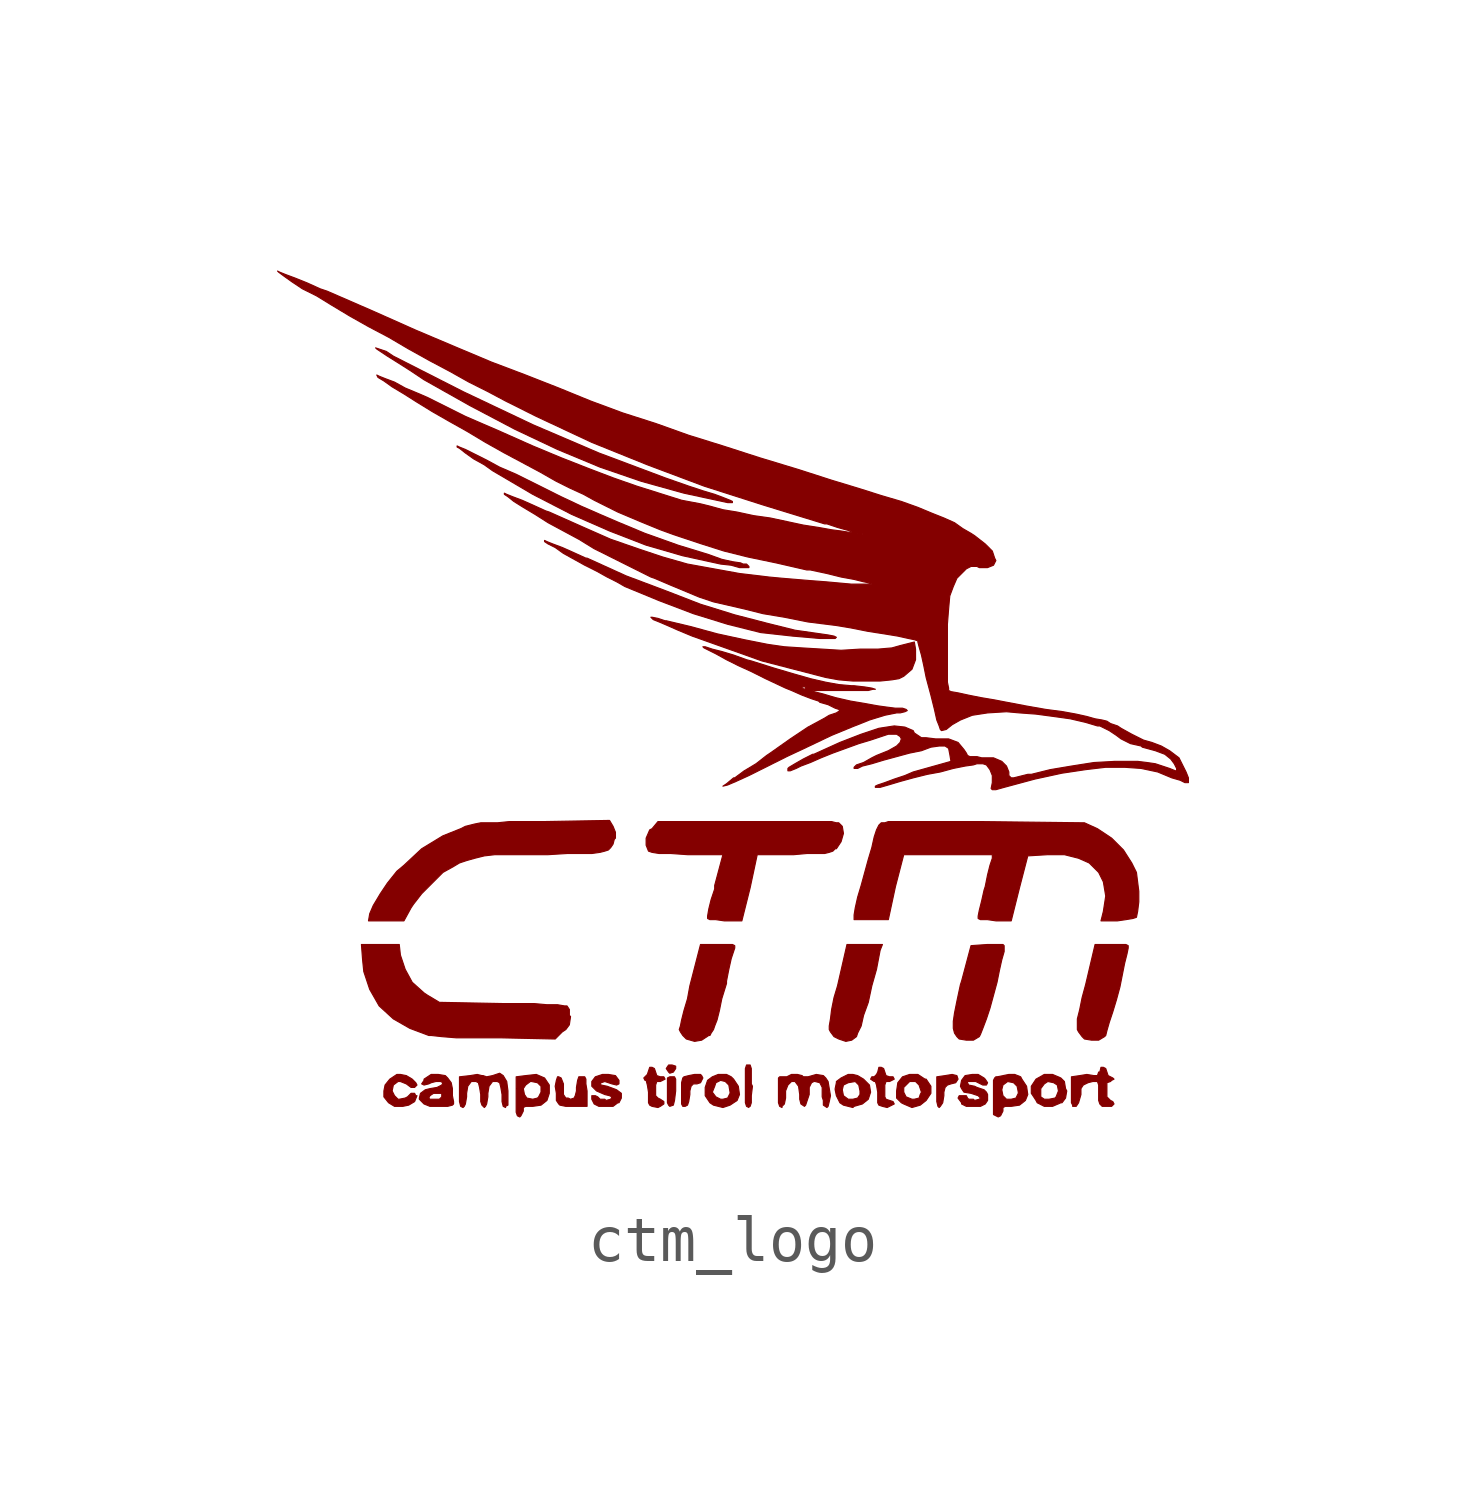
<source format=kicad_sym>
(kicad_symbol_lib
  (version 20231120)
  (generator "kicad_symbol_editor")
  (generator_version "8.0")
  (symbol "ctm_logo"
    (pin_names
      (offset 1.016))
    (property "Reference" "G"
      (at 0 -8.331 0)
      (effects (font (size 1.524 1.524)) (hide yes)))
    (symbol "ctm_logo_0_0"
      (polyline (pts (xy -1.295 -8.128) (xy -1.245 -8.052) (xy -1.245 -8.001) (xy -1.321 -7.976) (xy -1.397 -7.976) (xy -1.448 -8.052) (xy -1.397 -8.128) (xy -1.372 -8.153) (xy -1.295 -8.128)) (stroke (width 0.025) (type default)) (fill (type outline)))
      (polyline (pts (xy -1.295 -8.839) (xy -1.27 -8.738) (xy -1.245 -8.534) (xy -1.245 -8.28) (xy -1.27 -8.23) (xy -1.372 -8.23) (xy -1.422 -8.255) (xy -1.422 -8.788) (xy -1.397 -8.839) (xy -1.372 -8.865) (xy -1.295 -8.839)) (stroke (width 0.025) (type default)) (fill (type outline)))
      (polyline (pts (xy 0.33 -8.865) (xy 0.356 -8.865) (xy 0.381 -8.788) (xy 0.381 -8.636) (xy 0.406 -8.433) (xy 0.381 -8.382) (xy 0.381 -8.052) (xy 0.356 -7.976) (xy 0.279 -7.976) (xy 0.254 -8.052) (xy 0.254 -8.788) (xy 0.279 -8.865) (xy 0.33 -8.89) (xy 0.33 -8.865)) (stroke (width 0.025) (type default)) (fill (type outline)))
      (polyline (pts (xy 4.445 -8.865) (xy 4.496 -8.788) (xy 4.521 -8.636) (xy 4.521 -8.56) (xy 4.547 -8.458) (xy 4.597 -8.407) (xy 4.674 -8.382) (xy 4.775 -8.357) (xy 4.826 -8.28) (xy 4.801 -8.204) (xy 4.699 -8.179) (xy 4.547 -8.204) (xy 4.369 -8.23) (xy 4.369 -8.763) (xy 4.394 -8.865) (xy 4.42 -8.89) (xy 4.445 -8.865)) (stroke (width 0.025) (type default)) (fill (type outline)))
      (polyline (pts (xy -0.991 -8.839) (xy -0.965 -8.763) (xy -0.94 -8.611) (xy -0.94 -8.534) (xy -0.914 -8.433) (xy -0.864 -8.382) (xy -0.787 -8.382) (xy -0.711 -8.357) (xy -0.66 -8.255) (xy -0.686 -8.204) (xy -0.711 -8.179) (xy -0.838 -8.179) (xy -0.965 -8.204) (xy -1.067 -8.23) (xy -1.092 -8.255) (xy -1.118 -8.357) (xy -1.118 -8.814) (xy -1.092 -8.865) (xy -1.041 -8.865) (xy -0.991 -8.839)) (stroke (width 0.025) (type default)) (fill (type outline)))
      (polyline (pts (xy 2.54 -7.442) (xy 2.642 -7.366) (xy 2.667 -7.29) (xy 2.743 -7.137) (xy 2.794 -6.909) (xy 2.896 -6.629) (xy 2.972 -6.274) (xy 3.073 -5.918) (xy 3.15 -5.512) (xy 3.2 -5.385) (xy 2.438 -5.385) (xy 2.235 -6.274) (xy 2.159 -6.528) (xy 2.108 -6.782) (xy 2.083 -6.985) (xy 2.057 -7.137) (xy 2.057 -7.214) (xy 2.083 -7.264) (xy 2.159 -7.366) (xy 2.261 -7.417) (xy 2.413 -7.468) (xy 2.54 -7.442)) (stroke (width 0.025) (type default)) (fill (type outline)))
      (polyline (pts (xy 7.976 -7.366) (xy 8.001 -7.341) (xy 8.026 -7.239) (xy 8.077 -7.061) (xy 8.153 -6.833) (xy 8.23 -6.579) (xy 8.306 -6.299) (xy 8.407 -5.791) (xy 8.458 -5.588) (xy 8.484 -5.461) (xy 8.484 -5.41) (xy 8.433 -5.385) (xy 7.772 -5.385) (xy 7.569 -6.248) (xy 7.493 -6.528) (xy 7.442 -6.782) (xy 7.391 -6.985) (xy 7.391 -7.214) (xy 7.417 -7.264) (xy 7.493 -7.366) (xy 7.544 -7.417) (xy 7.696 -7.442) (xy 7.849 -7.442) (xy 7.976 -7.366)) (stroke (width 0.025) (type default)) (fill (type outline)))
      (polyline (pts (xy 5.283 -7.366) (xy 5.309 -7.315) (xy 5.359 -7.188) (xy 5.436 -6.985) (xy 5.512 -6.756) (xy 5.664 -6.198) (xy 5.715 -5.944) (xy 5.766 -5.715) (xy 5.817 -5.537) (xy 5.817 -5.41) (xy 5.791 -5.385) (xy 5.461 -5.385) (xy 5.105 -5.41) (xy 4.902 -6.172) (xy 4.877 -6.248) (xy 4.801 -6.604) (xy 4.75 -6.858) (xy 4.724 -7.036) (xy 4.724 -7.188) (xy 4.75 -7.29) (xy 4.801 -7.366) (xy 4.851 -7.417) (xy 5.004 -7.442) (xy 5.156 -7.442) (xy 5.283 -7.366)) (stroke (width 0.025) (type default)) (fill (type outline)))
      (polyline (pts (xy -3.15 -8.534) (xy -3.175 -8.382) (xy -3.175 -8.28) (xy -3.2 -8.23) (xy -3.327 -8.23) (xy -3.353 -8.306) (xy -3.378 -8.458) (xy -3.378 -8.534) (xy -3.404 -8.636) (xy -3.429 -8.687) (xy -3.505 -8.712) (xy -3.556 -8.687) (xy -3.607 -8.687) (xy -3.658 -8.611) (xy -3.658 -8.382) (xy -3.708 -8.255) (xy -3.759 -8.23) (xy -3.785 -8.23) (xy -3.81 -8.306) (xy -3.835 -8.433) (xy -3.81 -8.585) (xy -3.81 -8.738) (xy -3.759 -8.814) (xy -3.734 -8.839) (xy -3.607 -8.865) (xy -3.15 -8.865) (xy -3.15 -8.534)) (stroke (width 0.025) (type default)) (fill (type outline)))
      (polyline (pts (xy -1.575 -8.865) (xy -1.499 -8.814) (xy -1.499 -8.763) (xy -1.575 -8.712) (xy -1.626 -8.687) (xy -1.676 -8.636) (xy -1.676 -8.407) (xy -1.651 -8.331) (xy -1.575 -8.331) (xy -1.473 -8.28) (xy -1.499 -8.23) (xy -1.575 -8.23) (xy -1.651 -8.204) (xy -1.702 -8.052) (xy -1.753 -8.026) (xy -1.803 -8.026) (xy -1.854 -8.179) (xy -1.93 -8.255) (xy -1.905 -8.306) (xy -1.88 -8.306) (xy -1.854 -8.407) (xy -1.829 -8.56) (xy -1.829 -8.788) (xy -1.803 -8.839) (xy -1.753 -8.865) (xy -1.626 -8.89) (xy -1.575 -8.865)) (stroke (width 0.025) (type default)) (fill (type outline)))
      (polyline (pts (xy -0.025 4.14) (xy -0.076 4.166) (xy -0.203 4.216) (xy -0.406 4.293) (xy -0.66 4.369) (xy -0.965 4.47) (xy -1.473 4.648) (xy -2.896 5.182) (xy -4.318 5.791) (xy -5.817 6.502) (xy -7.315 7.264) (xy -7.468 7.366) (xy -7.696 7.442) (xy -7.671 7.417) (xy -7.442 7.264) (xy -7.239 7.137) (xy -6.96 6.96) (xy -6.655 6.756) (xy -5.664 6.198) (xy -4.699 5.69) (xy -3.785 5.258) (xy -2.87 4.877) (xy -1.981 4.572) (xy -1.067 4.318) (xy -0.127 4.115) (xy -0.025 4.115) (xy -0.025 4.14)) (stroke (width 0.025) (type default)) (fill (type outline)))
      (polyline (pts (xy -0.686 -7.442) (xy -0.533 -7.341) (xy -0.508 -7.341) (xy -0.483 -7.29) (xy -0.432 -7.214) (xy -0.406 -7.137) (xy -0.356 -7.01) (xy -0.305 -6.807) (xy -0.254 -6.553) (xy -0.152 -6.223) (xy -0.152 -6.172) (xy -0.102 -5.918) (xy -0.051 -5.69) (xy 0.025 -5.461) (xy 0.025 -5.41) (xy -0.025 -5.385) (xy -0.711 -5.385) (xy -0.94 -6.274) (xy -0.991 -6.553) (xy -1.067 -6.807) (xy -1.118 -7.01) (xy -1.143 -7.137) (xy -1.168 -7.214) (xy -1.143 -7.264) (xy -1.092 -7.341) (xy -1.016 -7.417) (xy -0.838 -7.468) (xy -0.686 -7.442)) (stroke (width 0.025) (type default)) (fill (type outline)))
      (polyline (pts (xy 3.454 -8.814) (xy 3.429 -8.763) (xy 3.277 -8.712) (xy 3.251 -8.661) (xy 3.251 -8.407) (xy 3.277 -8.331) (xy 3.353 -8.331) (xy 3.454 -8.28) (xy 3.429 -8.23) (xy 3.353 -8.23) (xy 3.277 -8.204) (xy 3.226 -8.052) (xy 3.175 -8.026) (xy 3.124 -8.026) (xy 3.099 -8.128) (xy 3.073 -8.179) (xy 3.023 -8.23) (xy 2.972 -8.23) (xy 2.946 -8.28) (xy 3.023 -8.331) (xy 3.048 -8.331) (xy 3.073 -8.407) (xy 3.099 -8.56) (xy 3.099 -8.788) (xy 3.124 -8.839) (xy 3.2 -8.865) (xy 3.302 -8.89) (xy 3.454 -8.814)) (stroke (width 0.025) (type default)) (fill (type outline)))
      (polyline (pts (xy 4.013 -8.839) (xy 4.14 -8.738) (xy 4.242 -8.585) (xy 4.242 -8.433) (xy 4.14 -8.28) (xy 4.115 -8.28) (xy 3.962 -8.179) (xy 3.785 -8.179) (xy 3.632 -8.23) (xy 3.531 -8.357) (xy 3.505 -8.534) (xy 3.505 -8.56) (xy 3.658 -8.56) (xy 3.658 -8.458) (xy 3.785 -8.331) (xy 3.912 -8.331) (xy 3.988 -8.407) (xy 4.039 -8.56) (xy 4.013 -8.611) (xy 3.988 -8.687) (xy 3.886 -8.712) (xy 3.835 -8.712) (xy 3.708 -8.661) (xy 3.658 -8.56) (xy 3.505 -8.56) (xy 3.505 -8.687) (xy 3.607 -8.788) (xy 3.658 -8.814) (xy 3.835 -8.89) (xy 4.013 -8.839)) (stroke (width 0.025) (type default)) (fill (type outline)))
      (polyline (pts (xy -0.076 -8.839) (xy 0.076 -8.738) (xy 0.127 -8.611) (xy 0.102 -8.433) (xy 0 -8.28) (xy -0.051 -8.23) (xy -0.152 -8.179) (xy -0.33 -8.179) (xy -0.457 -8.23) (xy -0.559 -8.306) (xy -0.61 -8.458) (xy -0.61 -8.56) (xy -0.457 -8.56) (xy -0.406 -8.433) (xy -0.381 -8.357) (xy -0.279 -8.306) (xy -0.178 -8.331) (xy -0.102 -8.407) (xy -0.076 -8.56) (xy -0.076 -8.585) (xy -0.127 -8.687) (xy -0.229 -8.712) (xy -0.279 -8.712) (xy -0.381 -8.661) (xy -0.457 -8.56) (xy -0.61 -8.56) (xy -0.61 -8.636) (xy -0.508 -8.788) (xy -0.432 -8.839) (xy -0.229 -8.89) (xy -0.076 -8.839)) (stroke (width 0.025) (type default)) (fill (type outline)))
      (polyline (pts (xy 7.036 -8.788) (xy 7.061 -8.788) (xy 7.137 -8.687) (xy 7.163 -8.534) (xy 7.137 -8.484) (xy 7.112 -8.331) (xy 7.036 -8.255) (xy 6.858 -8.179) (xy 6.68 -8.179) (xy 6.502 -8.28) (xy 6.401 -8.433) (xy 6.401 -8.585) (xy 6.452 -8.661) (xy 6.604 -8.661) (xy 6.604 -8.484) (xy 6.68 -8.382) (xy 6.756 -8.331) (xy 6.883 -8.357) (xy 6.96 -8.407) (xy 6.985 -8.534) (xy 6.934 -8.661) (xy 6.909 -8.687) (xy 6.782 -8.712) (xy 6.68 -8.712) (xy 6.604 -8.661) (xy 6.452 -8.661) (xy 6.502 -8.738) (xy 6.528 -8.788) (xy 6.68 -8.865) (xy 6.858 -8.865) (xy 7.036 -8.788)) (stroke (width 0.025) (type default)) (fill (type outline)))
      (polyline (pts (xy -6.985 -8.839) (xy -6.858 -8.763) (xy -6.807 -8.636) (xy -6.833 -8.636) (xy -6.858 -8.585) (xy -6.934 -8.585) (xy -7.01 -8.661) (xy -7.061 -8.687) (xy -7.188 -8.712) (xy -7.214 -8.712) (xy -7.29 -8.636) (xy -7.341 -8.534) (xy -7.315 -8.407) (xy -7.214 -8.331) (xy -7.163 -8.331) (xy -7.036 -8.382) (xy -6.934 -8.458) (xy -6.858 -8.458) (xy -6.807 -8.407) (xy -6.833 -8.357) (xy -6.909 -8.28) (xy -7.036 -8.204) (xy -7.163 -8.179) (xy -7.239 -8.179) (xy -7.391 -8.28) (xy -7.493 -8.407) (xy -7.518 -8.534) (xy -7.518 -8.661) (xy -7.417 -8.788) (xy -7.29 -8.865) (xy -7.112 -8.865) (xy -6.985 -8.839)) (stroke (width 0.025) (type default)) (fill (type outline)))
      (polyline (pts (xy -4.572 -9.068) (xy -4.521 -8.966) (xy -4.521 -8.89) (xy -4.47 -8.865) (xy -4.318 -8.865) (xy -4.14 -8.839) (xy -4.013 -8.738) (xy -3.962 -8.585) (xy -3.962 -8.407) (xy -4.064 -8.255) (xy -4.242 -8.179) (xy -4.47 -8.204) (xy -4.674 -8.23) (xy -4.674 -8.484) (xy -4.521 -8.484) (xy -4.47 -8.407) (xy -4.369 -8.331) (xy -4.343 -8.331) (xy -4.216 -8.357) (xy -4.14 -8.433) (xy -4.14 -8.56) (xy -4.191 -8.661) (xy -4.216 -8.687) (xy -4.318 -8.712) (xy -4.445 -8.687) (xy -4.496 -8.611) (xy -4.521 -8.484) (xy -4.674 -8.484) (xy -4.674 -8.992) (xy -4.648 -9.068) (xy -4.597 -9.093) (xy -4.572 -9.068)) (stroke (width 0.025) (type default)) (fill (type outline)))
      (polyline (pts (xy 2.591 -8.865) (xy 2.769 -8.814) (xy 2.896 -8.712) (xy 2.946 -8.56) (xy 2.921 -8.407) (xy 2.794 -8.28) (xy 2.667 -8.204) (xy 2.565 -8.179) (xy 2.464 -8.179) (xy 2.311 -8.255) (xy 2.21 -8.331) (xy 2.21 -8.357) (xy 2.184 -8.484) (xy 2.184 -8.509) (xy 2.337 -8.509) (xy 2.362 -8.407) (xy 2.464 -8.357) (xy 2.616 -8.331) (xy 2.692 -8.407) (xy 2.718 -8.534) (xy 2.718 -8.611) (xy 2.667 -8.687) (xy 2.565 -8.712) (xy 2.464 -8.712) (xy 2.362 -8.636) (xy 2.337 -8.509) (xy 2.184 -8.509) (xy 2.21 -8.636) (xy 2.286 -8.788) (xy 2.362 -8.839) (xy 2.565 -8.89) (xy 2.591 -8.865)) (stroke (width 0.025) (type default)) (fill (type outline)))
      (polyline (pts (xy -3.683 -7.264) (xy -3.607 -7.214) (xy -3.531 -7.112) (xy -3.505 -6.934) (xy -3.531 -6.909) (xy -3.531 -6.782) (xy -3.581 -6.706) (xy -3.632 -6.706) (xy -3.785 -6.68) (xy -4.013 -6.68) (xy -4.293 -6.655) (xy -4.978 -6.655) (xy -6.325 -6.629) (xy -6.579 -6.477) (xy -6.655 -6.426) (xy -6.909 -6.198) (xy -7.061 -5.918) (xy -7.163 -5.613) (xy -7.188 -5.385) (xy -8.001 -5.385) (xy -7.976 -5.715) (xy -7.95 -5.969) (xy -7.823 -6.35) (xy -7.62 -6.706) (xy -7.315 -6.985) (xy -6.96 -7.188) (xy -6.553 -7.341) (xy -6.502 -7.341) (xy -6.274 -7.366) (xy -5.969 -7.391) (xy -5.029 -7.391) (xy -3.835 -7.417) (xy -3.683 -7.264)) (stroke (width 0.025) (type default)) (fill (type outline)))
      (polyline (pts (xy 2.21 1.219) (xy 2.159 1.245) (xy 2.032 1.27) (xy 1.321 1.372) (xy 0.711 1.524) (xy 0.025 1.702) (xy -0.711 1.93) (xy -1.499 2.235) (xy -2.311 2.54) (xy -3.15 2.921) (xy -3.175 2.921) (xy -3.454 3.048) (xy -3.683 3.15) (xy -3.886 3.226) (xy -4.013 3.277) (xy -4.064 3.302) (xy -4.064 3.277) (xy -3.988 3.226) (xy -3.835 3.15) (xy -3.658 3.023) (xy -3.2 2.769) (xy -2.946 2.642) (xy -2.718 2.515) (xy -2.515 2.413) (xy -2.337 2.311) (xy -1.6 2.007) (xy -0.864 1.727) (xy -0.127 1.499) (xy 0.584 1.321) (xy 1.27 1.245) (xy 1.575 1.219) (xy 1.854 1.194) (xy 2.184 1.194) (xy 2.21 1.219)) (stroke (width 0.025) (type default)) (fill (type outline)))
      (polyline (pts (xy 5.74 -9.068) (xy 5.791 -8.966) (xy 5.791 -8.89) (xy 5.842 -8.865) (xy 5.969 -8.865) (xy 6.147 -8.839) (xy 6.274 -8.738) (xy 6.325 -8.611) (xy 6.299 -8.433) (xy 6.198 -8.28) (xy 6.172 -8.23) (xy 6.045 -8.179) (xy 5.918 -8.179) (xy 5.664 -8.23) (xy 5.639 -8.23) (xy 5.613 -8.255) (xy 5.588 -8.306) (xy 5.588 -8.509) (xy 5.766 -8.509) (xy 5.791 -8.407) (xy 5.893 -8.331) (xy 6.02 -8.357) (xy 6.096 -8.433) (xy 6.121 -8.56) (xy 6.121 -8.585) (xy 6.071 -8.687) (xy 5.969 -8.712) (xy 5.867 -8.712) (xy 5.791 -8.636) (xy 5.766 -8.509) (xy 5.588 -8.509) (xy 5.588 -9.042) (xy 5.69 -9.093) (xy 5.74 -9.068)) (stroke (width 0.025) (type default)) (fill (type outline)))
      (polyline (pts (xy 0.33 2.743) (xy 0.279 2.794) (xy 0.203 2.794) (xy 0.152 2.819) (xy -0.025 2.845) (xy -0.254 2.896) (xy -0.533 2.997) (xy -1.194 3.2) (xy -1.905 3.454) (xy -2.515 3.708) (xy -2.87 3.861) (xy -3.277 4.039) (xy -3.708 4.242) (xy -4.674 4.724) (xy -5.029 4.877) (xy -5.309 5.029) (xy -5.766 5.258) (xy -5.893 5.309) (xy -5.944 5.334) (xy -5.944 5.309) (xy -5.893 5.283) (xy -5.766 5.182) (xy -5.588 5.055) (xy -5.359 4.928) (xy -5.182 4.801) (xy -4.318 4.293) (xy -3.48 3.861) (xy -2.667 3.505) (xy -1.88 3.2) (xy -1.092 2.972) (xy -0.279 2.794) (xy -0.051 2.769) (xy 0.127 2.718) (xy 0.33 2.718) (xy 0.33 2.743)) (stroke (width 0.025) (type default)) (fill (type outline)))
      (polyline (pts (xy -2.489 -8.788) (xy -2.464 -8.788) (xy -2.413 -8.687) (xy -2.413 -8.585) (xy -2.515 -8.509) (xy -2.718 -8.433) (xy -2.845 -8.407) (xy -2.87 -8.382) (xy -2.845 -8.357) (xy -2.769 -8.331) (xy -2.616 -8.382) (xy -2.515 -8.407) (xy -2.464 -8.382) (xy -2.464 -8.306) (xy -2.54 -8.204) (xy -2.692 -8.179) (xy -2.819 -8.179) (xy -2.972 -8.23) (xy -3.048 -8.331) (xy -3.048 -8.433) (xy -2.946 -8.534) (xy -2.769 -8.611) (xy -2.667 -8.636) (xy -2.616 -8.661) (xy -2.642 -8.712) (xy -2.743 -8.738) (xy -2.769 -8.712) (xy -2.87 -8.712) (xy -2.921 -8.661) (xy -2.972 -8.636) (xy -3.048 -8.636) (xy -3.048 -8.712) (xy -2.997 -8.814) (xy -2.896 -8.865) (xy -2.591 -8.865) (xy -2.489 -8.788)) (stroke (width 0.025) (type default)) (fill (type outline)))
      (polyline (pts (xy 3.404 0.305) (xy 3.556 0.33) (xy 3.658 0.381) (xy 3.835 0.533) (xy 3.912 0.737) (xy 3.912 0.965) (xy 3.886 1.118) (xy 3.581 1.041) (xy 3.404 0.991) (xy 3.099 0.965) (xy 2.718 0.965) (xy 2.311 0.94) (xy 1.905 0.965) (xy 1.473 0.991) (xy 1.092 1.016) (xy 0.737 1.067) (xy 0.229 1.168) (xy -0.356 1.295) (xy -0.914 1.448) (xy -1.448 1.575) (xy -1.473 1.575) (xy -1.626 1.626) (xy -1.753 1.651) (xy -1.778 1.651) (xy -1.727 1.6) (xy -1.6 1.549) (xy -1.422 1.473) (xy -1.194 1.372) (xy -0.889 1.245) (xy -0.102 0.965) (xy 0.61 0.711) (xy 1.981 0.356) (xy 2.261 0.305) (xy 2.565 0.279) (xy 3.15 0.279) (xy 3.404 0.305)) (stroke (width 0.025) (type default)) (fill (type outline)))
      (polyline (pts (xy 0.356 -4.166) (xy 0.508 -3.454) (xy 1.295 -3.454) (xy 1.575 -3.429) (xy 1.956 -3.429) (xy 2.057 -3.404) (xy 2.134 -3.378) (xy 2.184 -3.327) (xy 2.21 -3.327) (xy 2.311 -3.175) (xy 2.362 -2.997) (xy 2.337 -2.845) (xy 2.261 -2.769) (xy 2.21 -2.769) (xy 2.108 -2.743) (xy -1.626 -2.743) (xy -1.753 -2.896) (xy -1.803 -2.921) (xy -1.88 -3.099) (xy -1.88 -3.251) (xy -1.829 -3.378) (xy -1.753 -3.404) (xy -1.6 -3.429) (xy -1.346 -3.429) (xy -0.991 -3.454) (xy -0.229 -3.454) (xy -0.406 -4.115) (xy -0.406 -4.191) (xy -0.483 -4.42) (xy -0.533 -4.623) (xy -0.559 -4.775) (xy -0.559 -4.826) (xy -0.508 -4.851) (xy -0.381 -4.851) (xy -0.203 -4.877) (xy 0.178 -4.877) (xy 0.356 -4.166)) (stroke (width 0.025) (type default)) (fill (type outline)))
      (polyline (pts (xy 7.417 -8.788) (xy 7.468 -8.611) (xy 7.468 -8.484) (xy 7.518 -8.407) (xy 7.62 -8.357) (xy 7.722 -8.331) (xy 7.823 -8.331) (xy 7.849 -8.407) (xy 7.849 -8.738) (xy 7.874 -8.814) (xy 7.925 -8.865) (xy 8.128 -8.865) (xy 8.179 -8.814) (xy 8.153 -8.763) (xy 8.103 -8.738) (xy 8.026 -8.661) (xy 8.026 -8.357) (xy 8.103 -8.331) (xy 8.128 -8.306) (xy 8.179 -8.28) (xy 8.153 -8.255) (xy 8.052 -8.204) (xy 8.001 -8.052) (xy 7.95 -8.026) (xy 7.899 -8.026) (xy 7.874 -8.128) (xy 7.849 -8.128) (xy 7.823 -8.204) (xy 7.747 -8.204) (xy 7.595 -8.179) (xy 7.442 -8.204) (xy 7.264 -8.23) (xy 7.264 -8.788) (xy 7.29 -8.839) (xy 7.29 -8.865) (xy 7.366 -8.865) (xy 7.417 -8.788)) (stroke (width 0.025) (type default)) (fill (type outline)))
      (polyline (pts (xy -6.045 -8.839) (xy -6.02 -8.814) (xy -6.02 -8.763) (xy -6.045 -8.636) (xy -6.045 -8.484) (xy -6.071 -8.357) (xy -6.147 -8.255) (xy -6.198 -8.204) (xy -6.35 -8.179) (xy -6.502 -8.179) (xy -6.655 -8.28) (xy -6.655 -8.306) (xy -6.706 -8.382) (xy -6.655 -8.407) (xy -6.553 -8.382) (xy -6.502 -8.357) (xy -6.401 -8.331) (xy -6.299 -8.331) (xy -6.248 -8.357) (xy -6.274 -8.407) (xy -6.375 -8.458) (xy -6.528 -8.484) (xy -6.629 -8.509) (xy -6.731 -8.585) (xy -6.756 -8.687) (xy -6.553 -8.687) (xy -6.528 -8.636) (xy -6.452 -8.585) (xy -6.274 -8.585) (xy -6.274 -8.661) (xy -6.325 -8.712) (xy -6.528 -8.712) (xy -6.553 -8.687) (xy -6.756 -8.687) (xy -6.756 -8.712) (xy -6.655 -8.814) (xy -6.528 -8.865) (xy -6.147 -8.865) (xy -6.045 -8.839)) (stroke (width 0.025) (type default)) (fill (type outline)))
      (polyline (pts (xy 5.41 -8.814) (xy 5.461 -8.738) (xy 5.461 -8.611) (xy 5.436 -8.56) (xy 5.385 -8.509) (xy 5.232 -8.458) (xy 5.182 -8.433) (xy 5.055 -8.407) (xy 5.029 -8.357) (xy 5.029 -8.331) (xy 5.207 -8.331) (xy 5.359 -8.407) (xy 5.436 -8.407) (xy 5.461 -8.357) (xy 5.41 -8.28) (xy 5.385 -8.255) (xy 5.258 -8.179) (xy 5.131 -8.179) (xy 4.978 -8.204) (xy 4.902 -8.306) (xy 4.877 -8.433) (xy 4.902 -8.484) (xy 4.953 -8.56) (xy 5.105 -8.585) (xy 5.258 -8.636) (xy 5.309 -8.687) (xy 5.283 -8.712) (xy 5.182 -8.738) (xy 5.156 -8.712) (xy 5.055 -8.712) (xy 5.029 -8.687) (xy 5.004 -8.636) (xy 4.851 -8.636) (xy 4.826 -8.687) (xy 4.902 -8.788) (xy 4.902 -8.814) (xy 5.004 -8.865) (xy 5.309 -8.865) (xy 5.41 -8.814)) (stroke (width 0.025) (type default)) (fill (type outline)))
      (polyline (pts (xy -6.934 -4.597) (xy -6.883 -4.521) (xy -6.706 -4.293) (xy -6.248 -3.835) (xy -6.02 -3.708) (xy -5.893 -3.632) (xy -5.74 -3.581) (xy -5.563 -3.531) (xy -5.359 -3.48) (xy -5.131 -3.454) (xy -3.988 -3.454) (xy -3.581 -3.429) (xy -3.048 -3.429) (xy -2.87 -3.404) (xy -2.769 -3.378) (xy -2.692 -3.353) (xy -2.642 -3.302) (xy -2.591 -3.226) (xy -2.565 -3.124) (xy -2.54 -3.099) (xy -2.54 -2.972) (xy -2.591 -2.845) (xy -2.667 -2.718) (xy -4.089 -2.743) (xy -4.826 -2.743) (xy -5.08 -2.769) (xy -5.436 -2.769) (xy -5.563 -2.794) (xy -5.766 -2.845) (xy -5.867 -2.896) (xy -6.248 -3.048) (xy -6.706 -3.327) (xy -7.087 -3.683) (xy -7.239 -3.81) (xy -7.442 -4.064) (xy -7.595 -4.293) (xy -7.747 -4.547) (xy -7.823 -4.724) (xy -7.849 -4.877) (xy -7.087 -4.877) (xy -6.934 -4.597)) (stroke (width 0.025) (type default)) (fill (type outline)))
      (polyline (pts (xy -4.902 -8.865) (xy -4.851 -8.839) (xy -4.851 -8.534) (xy -4.877 -8.331) (xy -4.953 -8.204) (xy -5.029 -8.153) (xy -5.182 -8.204) (xy -5.309 -8.23) (xy -5.385 -8.204) (xy -5.41 -8.204) (xy -5.512 -8.179) (xy -5.664 -8.204) (xy -5.893 -8.23) (xy -5.893 -8.763) (xy -5.867 -8.865) (xy -5.817 -8.89) (xy -5.791 -8.865) (xy -5.766 -8.814) (xy -5.74 -8.661) (xy -5.74 -8.585) (xy -5.715 -8.433) (xy -5.639 -8.331) (xy -5.537 -8.331) (xy -5.486 -8.357) (xy -5.461 -8.458) (xy -5.436 -8.611) (xy -5.436 -8.763) (xy -5.41 -8.839) (xy -5.359 -8.89) (xy -5.334 -8.865) (xy -5.309 -8.814) (xy -5.283 -8.661) (xy -5.283 -8.585) (xy -5.258 -8.433) (xy -5.182 -8.331) (xy -5.08 -8.331) (xy -5.029 -8.357) (xy -5.004 -8.458) (xy -4.978 -8.611) (xy -4.978 -8.763) (xy -4.953 -8.865) (xy -4.902 -8.89) (xy -4.902 -8.865)) (stroke (width 0.025) (type default)) (fill (type outline)))
      (polyline (pts (xy 2.032 -8.865) (xy 2.057 -8.763) (xy 2.083 -8.636) (xy 2.032 -8.331) (xy 1.981 -8.255) (xy 1.93 -8.204) (xy 1.778 -8.179) (xy 1.6 -8.23) (xy 1.499 -8.23) (xy 1.473 -8.204) (xy 1.372 -8.179) (xy 1.245 -8.179) (xy 1.143 -8.23) (xy 0.991 -8.23) (xy 0.965 -8.255) (xy 0.965 -8.788) (xy 0.991 -8.865) (xy 1.041 -8.89) (xy 1.041 -8.865) (xy 1.092 -8.814) (xy 1.118 -8.687) (xy 1.118 -8.534) (xy 1.168 -8.407) (xy 1.245 -8.331) (xy 1.321 -8.331) (xy 1.397 -8.433) (xy 1.422 -8.611) (xy 1.422 -8.712) (xy 1.448 -8.814) (xy 1.524 -8.865) (xy 1.549 -8.839) (xy 1.626 -8.611) (xy 1.626 -8.458) (xy 1.676 -8.357) (xy 1.727 -8.331) (xy 1.753 -8.331) (xy 1.854 -8.357) (xy 1.905 -8.458) (xy 1.905 -8.661) (xy 1.93 -8.738) (xy 1.93 -8.839) (xy 2.007 -8.89) (xy 2.032 -8.865)) (stroke (width 0.025) (type default)) (fill (type outline)))
      (polyline (pts (xy 6.147 -4.166) (xy 6.325 -3.48) (xy 6.756 -3.454) (xy 7.112 -3.454) (xy 7.417 -3.531) (xy 7.645 -3.632) (xy 7.849 -3.835) (xy 7.95 -4.039) (xy 8.001 -4.343) (xy 7.95 -4.674) (xy 7.899 -4.877) (xy 8.255 -4.877) (xy 8.433 -4.851) (xy 8.585 -4.826) (xy 8.661 -4.801) (xy 8.687 -4.674) (xy 8.712 -4.47) (xy 8.712 -4.242) (xy 8.661 -3.835) (xy 8.56 -3.632) (xy 8.382 -3.353) (xy 8.128 -3.099) (xy 7.823 -2.896) (xy 7.544 -2.769) (xy 5.359 -2.743) (xy 3.327 -2.743) (xy 3.251 -2.769) (xy 3.175 -2.769) (xy 3.124 -2.819) (xy 3.073 -2.921) (xy 3.023 -3.073) (xy 2.972 -3.302) (xy 2.896 -3.556) (xy 2.743 -4.115) (xy 2.667 -4.369) (xy 2.616 -4.597) (xy 2.591 -4.75) (xy 2.591 -4.851) (xy 3.327 -4.851) (xy 3.48 -4.14) (xy 3.658 -3.454) (xy 5.563 -3.454) (xy 5.563 -3.531) (xy 5.512 -3.683) (xy 5.461 -3.886) (xy 5.41 -4.14) (xy 5.385 -4.216) (xy 5.334 -4.445) (xy 5.283 -4.648) (xy 5.258 -4.775) (xy 5.258 -4.826) (xy 5.309 -4.851) (xy 5.461 -4.851) (xy 5.639 -4.877) (xy 5.969 -4.877) (xy 6.147 -4.166)) (stroke (width 0.025) (type default)) (fill (type outline)))
      (polyline (pts (xy -0.127 -1.956) (xy 0.051 -1.88) (xy 0.33 -1.753) (xy 1.143 -1.346) (xy 1.575 -1.143) (xy 2.108 -0.889) (xy 2.54 -0.711) (xy 2.921 -0.559) (xy 3.251 -0.457) (xy 3.505 -0.406) (xy 3.581 -0.406) (xy 3.683 -0.381) (xy 3.734 -0.356) (xy 3.708 -0.33) (xy 3.632 -0.305) (xy 3.48 -0.305) (xy 3.277 -0.279) (xy 3.099 -0.254) (xy 2.819 -0.203) (xy 2.515 -0.152) (xy 2.184 -0.076) (xy 1.93 0) (xy 1.727 0.051) (xy 1.702 0.051) (xy 1.727 0.076) (xy 2.896 0.076) (xy 2.997 0.102) (xy 3.048 0.102) (xy 2.972 0.127) (xy 2.819 0.152) (xy 2.591 0.178) (xy 2.54 0.178) (xy 2.261 0.203) (xy 1.981 0.254) (xy 1.651 0.33) (xy 1.295 0.432) (xy 0.864 0.559) (xy 0.381 0.711) (xy 0.279 0.737) (xy 0 0.838) (xy -0.254 0.914) (xy -0.457 0.965) (xy -0.61 1.016) (xy -0.66 1.016) (xy -0.635 0.991) (xy -0.381 0.864) (xy -0.152 0.737) (xy 0.102 0.61) (xy 0.381 0.483) (xy 0.686 0.33) (xy 1.118 0.127) (xy 1.473 0.127) (xy 1.473 0.152) (xy 1.549 0.152) (xy 1.549 0.127) (xy 1.524 0.102) (xy 1.473 0.127) (xy 1.118 0.127) (xy 1.245 0.076) (xy 1.473 -0.025) (xy 1.676 -0.102) (xy 1.829 -0.152) (xy 1.854 -0.178) (xy 2.032 -0.229) (xy 2.184 -0.305) (xy 2.261 -0.33) (xy 2.286 -0.356) (xy 2.21 -0.406) (xy 2.057 -0.457) (xy 1.93 -0.533) (xy 1.6 -0.711) (xy 1.219 -0.965) (xy 0.787 -1.27) (xy 0.711 -1.321) (xy 0.483 -1.499) (xy 0.229 -1.651) (xy 0.025 -1.803) (xy 0 -1.803) (xy -0.152 -1.93) (xy -0.229 -1.981) (xy -0.127 -1.956)) (stroke (width 0.025) (type default)) (fill (type outline)))
      (polyline (pts (xy 5.817 -2.007) (xy 6.477 -1.829) (xy 7.061 -1.702) (xy 7.569 -1.626) (xy 8.001 -1.575) (xy 8.407 -1.575) (xy 8.763 -1.6) (xy 9.119 -1.676) (xy 9.423 -1.803) (xy 9.601 -1.854) (xy 9.703 -1.905) (xy 9.779 -1.905) (xy 9.779 -1.803) (xy 9.728 -1.676) (xy 9.576 -1.372) (xy 9.373 -1.219) (xy 9.195 -1.118) (xy 8.992 -1.041) (xy 8.814 -0.991) (xy 8.56 -0.864) (xy 8.331 -0.737) (xy 8.255 -0.686) (xy 8.103 -0.635) (xy 8.026 -0.584) (xy 7.925 -0.559) (xy 7.772 -0.533) (xy 7.595 -0.483) (xy 7.366 -0.432) (xy 7.087 -0.381) (xy 6.706 -0.33) (xy 6.274 -0.254) (xy 5.74 -0.152) (xy 5.613 -0.127) (xy 5.309 -0.076) (xy 5.055 -0.025) (xy 4.826 0.025) (xy 4.674 0.051) (xy 4.623 0.076) (xy 4.623 0.127) (xy 4.597 0.254) (xy 4.597 1.499) (xy 4.623 1.829) (xy 4.648 2.108) (xy 4.724 2.311) (xy 4.801 2.489) (xy 5.004 2.692) (xy 5.105 2.743) (xy 5.232 2.743) (xy 5.283 2.718) (xy 5.461 2.718) (xy 5.588 2.769) (xy 5.639 2.87) (xy 5.613 2.921) (xy 5.563 3.073) (xy 5.41 3.226) (xy 5.182 3.404) (xy 5.105 3.454) (xy 4.928 3.556) (xy 4.75 3.683) (xy 4.521 3.785) (xy 4.267 3.886) (xy 3.962 4.013) (xy 3.607 4.14) (xy 3.175 4.267) (xy 2.692 4.42) (xy 2.108 4.597) (xy 1.397 4.826) (xy 0.559 5.08) (xy -0.229 5.334) (xy -0.965 5.563) (xy -1.676 5.817) (xy -2.388 6.045) (xy -3.073 6.299) (xy -3.759 6.579) (xy -4.47 6.858) (xy -5.207 7.137) (xy -5.994 7.468) (xy -6.833 7.823) (xy -7.747 8.23) (xy -8.738 8.661) (xy -8.89 8.712) (xy -9.169 8.839) (xy -9.423 8.941) (xy -9.627 9.017) (xy -9.754 9.068) (xy -9.804 9.093) (xy -9.779 9.068) (xy -9.677 8.992) (xy -9.5 8.865) (xy -9.271 8.712) (xy -8.966 8.56) (xy -8.636 8.357) (xy -8.255 8.128) (xy -7.849 7.899) (xy -7.417 7.671) (xy -6.985 7.417) (xy -6.528 7.163) (xy -6.096 6.934) (xy -5.69 6.706) (xy -5.283 6.502) (xy -4.902 6.299) (xy -4.242 5.969) (xy -3.048 5.41) (xy -1.854 4.928) (xy -0.635 4.47) (xy 0.635 4.064) (xy 1.956 3.658) (xy 2.007 3.658) (xy 2.235 3.581) (xy 2.413 3.531) (xy 2.515 3.505) (xy 2.54 3.48) (xy 2.464 3.48) (xy 2.311 3.505) (xy 2.108 3.531) (xy 1.829 3.581) (xy 1.499 3.632) (xy 0.787 3.785) (xy 0.432 3.835) (xy 0.076 3.912) (xy -0.229 3.962) (xy -0.508 4.039) (xy -0.711 4.089) (xy -1.118 4.166) (xy -2.083 4.47) (xy -2.591 4.648) (xy -3.124 4.851) (xy -3.708 5.08) (xy -4.318 5.334) (xy -5.004 5.639) (xy -5.766 5.969) (xy -6.579 6.375) (xy -6.756 6.452) (xy -7.061 6.579) (xy -7.29 6.706) (xy -7.493 6.782) (xy -7.62 6.833) (xy -7.671 6.858) (xy -7.645 6.807) (xy -7.518 6.731) (xy -7.341 6.604) (xy -7.087 6.452) (xy -6.807 6.274) (xy -6.477 6.071) (xy -6.121 5.867) (xy -5.715 5.639) (xy -5.334 5.41) (xy -4.928 5.182) (xy -4.166 4.775) (xy -3.81 4.572) (xy -3.505 4.42) (xy -3.226 4.293) (xy -2.997 4.166) (xy -2.489 3.912) (xy -2.007 3.708) (xy -1.575 3.531) (xy -1.295 3.429) (xy 2.642 3.429) (xy 2.667 3.454) (xy 2.769 3.454) (xy 2.769 3.429) (xy 2.642 3.429) (xy -1.295 3.429) (xy -1.143 3.378) (xy -0.686 3.226) (xy -0.203 3.073) (xy 0.305 2.946) (xy 0.914 2.819) (xy 1.575 2.667) (xy 1.651 2.667) (xy 2.007 2.591) (xy 2.311 2.515) (xy 2.591 2.464) (xy 2.794 2.413) (xy 2.921 2.388) (xy 2.972 2.362) (xy 2.54 2.362) (xy 1.981 2.413) (xy 1.651 2.438) (xy 1.041 2.489) (xy 0.762 2.515) (xy 0.559 2.54) (xy 0.127 2.591) (xy -0.991 2.794) (xy -1.524 2.946) (xy -2.057 3.124) (xy -2.642 3.327) (xy -3.277 3.607) (xy -3.962 3.912) (xy -4.039 3.937) (xy -4.318 4.064) (xy -4.547 4.166) (xy -4.75 4.242) (xy -4.877 4.293) (xy -4.928 4.318) (xy -4.928 4.293) (xy -4.851 4.242) (xy -4.724 4.14) (xy -4.521 4.013) (xy -4.267 3.861) (xy -3.988 3.683) (xy -3.327 3.327) (xy -2.997 3.124) (xy -1.778 2.515) (xy -1.702 2.489) (xy -1.346 2.337) (xy -0.737 2.083) (xy -0.432 1.981) (xy 0.229 1.829) (xy 0.635 1.727) (xy 1.092 1.651) (xy 1.6 1.549) (xy 2.21 1.473) (xy 2.515 1.422) (xy 2.896 1.346) (xy 3.226 1.295) (xy 3.531 1.245) (xy 3.759 1.194) (xy 3.886 1.168) (xy 3.962 1.143) (xy 3.962 1.118) (xy 3.988 1.016) (xy 4.039 0.838) (xy 4.089 0.61) (xy 4.14 0.356) (xy 4.242 -0.025) (xy 4.318 -0.33) (xy 4.369 -0.559) (xy 4.42 -0.686) (xy 4.445 -0.762) (xy 4.47 -0.787) (xy 4.572 -0.762) (xy 4.699 -0.66) (xy 4.877 -0.559) (xy 5.131 -0.457) (xy 5.461 -0.406) (xy 5.867 -0.381) (xy 6.147 -0.406) (xy 6.502 -0.432) (xy 6.883 -0.483) (xy 7.239 -0.533) (xy 7.569 -0.61) (xy 7.823 -0.686) (xy 7.874 -0.686) (xy 8.077 -0.787) (xy 8.23 -0.889) (xy 8.331 -0.965) (xy 8.534 -1.067) (xy 8.763 -1.118) (xy 8.788 -1.143) (xy 9.068 -1.219) (xy 9.271 -1.295) (xy 9.398 -1.397) (xy 9.474 -1.499) (xy 9.525 -1.6) (xy 9.525 -1.651) (xy 9.5 -1.651) (xy 9.373 -1.6) (xy 9.068 -1.499) (xy 8.89 -1.473) (xy 8.687 -1.448) (xy 8.204 -1.448) (xy 7.747 -1.473) (xy 7.264 -1.549) (xy 6.807 -1.626) (xy 6.401 -1.727) (xy 6.325 -1.727) (xy 6.02 -1.803) (xy 5.969 -1.803) (xy 5.918 -1.753) (xy 5.918 -1.676) (xy 5.867 -1.549) (xy 5.766 -1.448) (xy 5.588 -1.372) (xy 5.334 -1.372) (xy 5.232 -1.346) (xy 5.08 -1.346) (xy 5.029 -1.321) (xy 5.004 -1.27) (xy 4.953 -1.194) (xy 4.826 -1.041) (xy 4.623 -0.965) (xy 4.343 -0.965) (xy 4.14 -0.94) (xy 4.039 -0.94) (xy 3.886 -0.838) (xy 3.861 -0.787) (xy 3.683 -0.711) (xy 3.454 -0.686) (xy 3.124 -0.737) (xy 2.743 -0.864) (xy 2.286 -1.041) (xy 1.727 -1.295) (xy 1.702 -1.295) (xy 1.499 -1.397) (xy 1.321 -1.499) (xy 1.194 -1.575) (xy 1.168 -1.6) (xy 1.168 -1.651) (xy 1.219 -1.651) (xy 1.346 -1.6) (xy 1.448 -1.549) (xy 1.651 -1.473) (xy 1.88 -1.372) (xy 2.134 -1.27) (xy 2.692 -1.067) (xy 2.946 -0.991) (xy 3.327 -0.864) (xy 3.505 -0.864) (xy 3.581 -0.914) (xy 3.607 -0.965) (xy 3.581 -1.041) (xy 3.505 -1.118) (xy 3.327 -1.219) (xy 3.073 -1.321) (xy 2.972 -1.372) (xy 2.794 -1.473) (xy 2.642 -1.524) (xy 2.591 -1.575) (xy 2.591 -1.6) (xy 2.667 -1.6) (xy 2.769 -1.549) (xy 2.972 -1.499) (xy 3.226 -1.422) (xy 3.785 -1.27) (xy 4.039 -1.219) (xy 4.242 -1.143) (xy 4.42 -1.118) (xy 4.547 -1.118) (xy 4.623 -1.168) (xy 4.648 -1.295) (xy 4.674 -1.448) (xy 3.861 -1.676) (xy 3.683 -1.753) (xy 3.454 -1.829) (xy 3.251 -1.905) (xy 3.099 -1.956) (xy 3.048 -1.981) (xy 3.048 -2.007) (xy 3.15 -2.007) (xy 3.327 -1.956) (xy 3.581 -1.88) (xy 3.861 -1.803) (xy 4.166 -1.727) (xy 4.445 -1.676) (xy 4.724 -1.6) (xy 4.978 -1.549) (xy 5.156 -1.524) (xy 5.232 -1.499) (xy 5.359 -1.499) (xy 5.436 -1.524) (xy 5.512 -1.626) (xy 5.563 -1.753) (xy 5.563 -1.905) (xy 5.537 -2.032) (xy 5.563 -2.057) (xy 5.639 -2.057) (xy 5.817 -2.007)) (stroke (width 0.025) (type default)) (fill (type outline))))))
</source>
